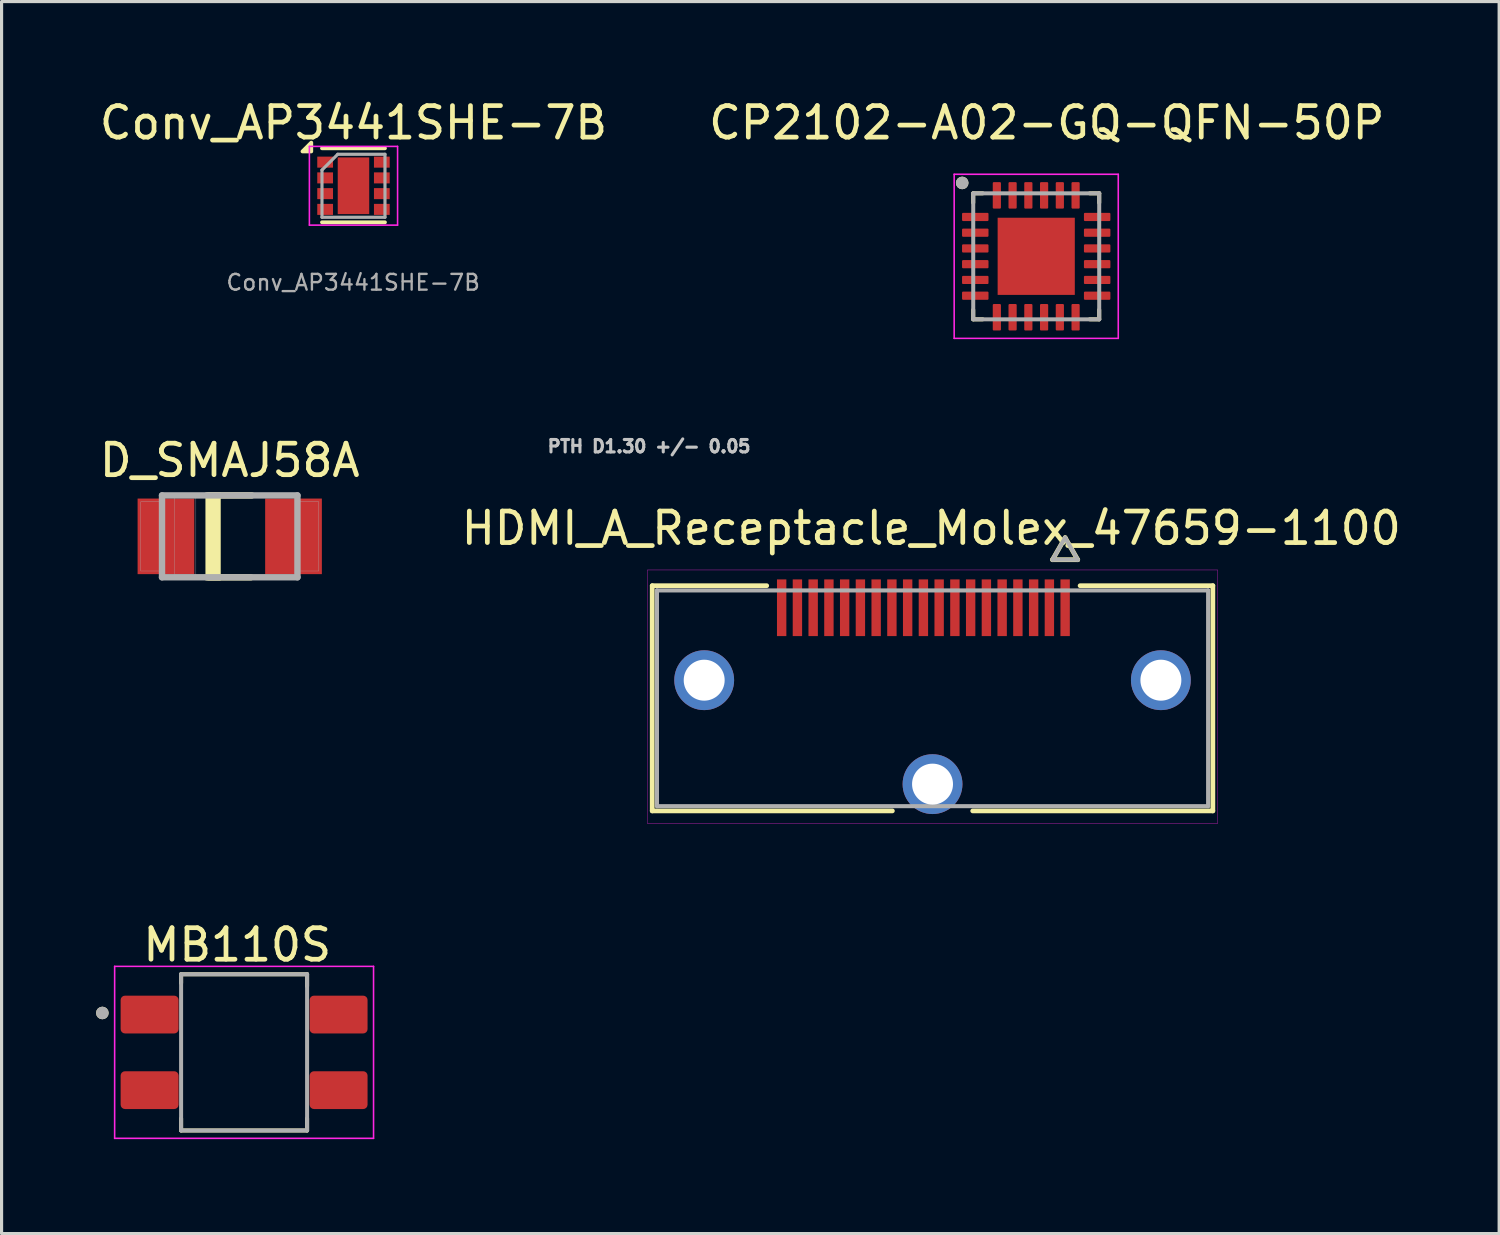
<source format=kicad_pcb>
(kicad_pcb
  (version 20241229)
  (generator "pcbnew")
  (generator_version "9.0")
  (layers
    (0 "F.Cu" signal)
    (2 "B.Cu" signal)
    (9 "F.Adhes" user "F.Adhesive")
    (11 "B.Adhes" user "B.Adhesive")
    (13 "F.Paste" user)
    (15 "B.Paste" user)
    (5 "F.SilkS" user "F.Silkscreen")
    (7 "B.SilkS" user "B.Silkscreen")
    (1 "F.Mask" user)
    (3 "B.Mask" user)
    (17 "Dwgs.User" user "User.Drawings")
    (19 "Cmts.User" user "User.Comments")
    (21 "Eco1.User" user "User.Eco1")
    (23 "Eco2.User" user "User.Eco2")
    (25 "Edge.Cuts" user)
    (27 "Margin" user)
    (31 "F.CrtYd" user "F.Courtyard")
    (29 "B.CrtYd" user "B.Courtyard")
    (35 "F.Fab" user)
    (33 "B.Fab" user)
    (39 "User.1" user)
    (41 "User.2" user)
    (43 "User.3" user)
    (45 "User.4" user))
  (footprint "CP2102-A02-GQ-QFN-50P"
    (layer "F.Cu")
    (at 29.85 5.088)
    (property "Reference" "CP2102-A02-GQ-QFN-50P" (at 0.335 -4.24 0) (layer "F.SilkS") (effects (font (size 1 1) (thickness 0.15))))
    (attr smd)
    (fp_line (start -2 -2) (end -2 -1.7) (stroke (width 0.127) (type solid)) (layer "F.SilkS"))
    (fp_line (start -2 -2) (end -1.7 -2) (stroke (width 0.127) (type solid)) (layer "F.SilkS"))
    (fp_line (start -2 2) (end -2 1.7) (stroke (width 0.127) (type solid)) (layer "F.SilkS"))
    (fp_line (start -2 2) (end -1.7 2) (stroke (width 0.127) (type solid)) (layer "F.SilkS"))
    (fp_line (start 2 -2) (end 1.7 -2) (stroke (width 0.127) (type solid)) (layer "F.SilkS"))
    (fp_line (start 2 -2) (end 2 -1.7) (stroke (width 0.127) (type solid)) (layer "F.SilkS"))
    (fp_line (start 2 2) (end 1.7 2) (stroke (width 0.127) (type solid)) (layer "F.SilkS"))
    (fp_line (start 2 2) (end 2 1.7) (stroke (width 0.127) (type solid)) (layer "F.SilkS"))
    (fp_circle (center -2.35 -2.33) (end -2.25 -2.33) (stroke (width 0.2) (type solid)) (fill no) (layer "F.SilkS"))
    (fp_poly (pts (xy -0.77 -0.77) (xy 0.77 -0.77) (xy 0.77 0.77) (xy -0.77 0.77)) (stroke (width 0.01) (type solid)) (fill yes) (layer "F.Paste"))
    (fp_line (start -2.605 -2.605) (end 2.605 -2.605) (stroke (width 0.05) (type solid)) (layer "F.CrtYd"))
    (fp_line (start -2.605 2.605) (end -2.605 -2.605) (stroke (width 0.05) (type solid)) (layer "F.CrtYd"))
    (fp_line (start -2.605 2.605) (end 2.605 2.605) (stroke (width 0.05) (type solid)) (layer "F.CrtYd"))
    (fp_line (start 2.605 2.605) (end 2.605 -2.605) (stroke (width 0.05) (type solid)) (layer "F.CrtYd"))
    (fp_line (start -2 2) (end -2 -2) (stroke (width 0.127) (type solid)) (layer "F.Fab"))
    (fp_line (start 2 -2) (end -2 -2) (stroke (width 0.127) (type solid)) (layer "F.Fab"))
    (fp_line (start 2 2) (end -2 2) (stroke (width 0.127) (type solid)) (layer "F.Fab"))
    (fp_line (start 2 2) (end 2 -2) (stroke (width 0.127) (type solid)) (layer "F.Fab"))
    (fp_circle (center -2.35 -2.33) (end -2.25 -2.33) (stroke (width 0.2) (type solid)) (fill no) (layer "F.Fab"))
    (pad "1" smd roundrect (at -1.935 -1.25) (size 0.84 0.26) (layers "F.Cu" "F.Mask" "F.Paste") (roundrect_rratio 0.125))
    (pad "2" smd roundrect (at -1.935 -0.75) (size 0.84 0.26) (layers "F.Cu" "F.Mask" "F.Paste") (roundrect_rratio 0.125))
    (pad "3" smd roundrect (at -1.935 -0.25) (size 0.84 0.26) (layers "F.Cu" "F.Mask" "F.Paste") (roundrect_rratio 0.125))
    (pad "4" smd roundrect (at -1.935 0.25) (size 0.84 0.26) (layers "F.Cu" "F.Mask" "F.Paste") (roundrect_rratio 0.125))
    (pad "5" smd roundrect (at -1.935 0.75) (size 0.84 0.26) (layers "F.Cu" "F.Mask" "F.Paste") (roundrect_rratio 0.125))
    (pad "6" smd roundrect (at -1.935 1.25) (size 0.84 0.26) (layers "F.Cu" "F.Mask" "F.Paste") (roundrect_rratio 0.125))
    (pad "7" smd roundrect (at -1.25 1.935) (size 0.26 0.84) (layers "F.Cu" "F.Mask" "F.Paste") (roundrect_rratio 0.125))
    (pad "8" smd roundrect (at -0.75 1.935) (size 0.26 0.84) (layers "F.Cu" "F.Mask" "F.Paste") (roundrect_rratio 0.125))
    (pad "9" smd roundrect (at -0.25 1.935) (size 0.26 0.84) (layers "F.Cu" "F.Mask" "F.Paste") (roundrect_rratio 0.125))
    (pad "10" smd roundrect (at 0.25 1.935) (size 0.26 0.84) (layers "F.Cu" "F.Mask" "F.Paste") (roundrect_rratio 0.125))
    (pad "11" smd roundrect (at 0.75 1.935) (size 0.26 0.84) (layers "F.Cu" "F.Mask" "F.Paste") (roundrect_rratio 0.125))
    (pad "12" smd roundrect (at 1.25 1.935) (size 0.26 0.84) (layers "F.Cu" "F.Mask" "F.Paste") (roundrect_rratio 0.125))
    (pad "13" smd roundrect (at 1.935 1.25) (size 0.84 0.26) (layers "F.Cu" "F.Mask" "F.Paste") (roundrect_rratio 0.125))
    (pad "14" smd roundrect (at 1.935 0.75) (size 0.84 0.26) (layers "F.Cu" "F.Mask" "F.Paste") (roundrect_rratio 0.125))
    (pad "15" smd roundrect (at 1.935 0.25) (size 0.84 0.26) (layers "F.Cu" "F.Mask" "F.Paste") (roundrect_rratio 0.125))
    (pad "16" smd roundrect (at 1.935 -0.25) (size 0.84 0.26) (layers "F.Cu" "F.Mask" "F.Paste") (roundrect_rratio 0.125))
    (pad "17" smd roundrect (at 1.935 -0.75) (size 0.84 0.26) (layers "F.Cu" "F.Mask" "F.Paste") (roundrect_rratio 0.125))
    (pad "18" smd roundrect (at 1.935 -1.25) (size 0.84 0.26) (layers "F.Cu" "F.Mask" "F.Paste") (roundrect_rratio 0.125))
    (pad "19" smd roundrect (at 1.25 -1.935) (size 0.26 0.84) (layers "F.Cu" "F.Mask" "F.Paste") (roundrect_rratio 0.125))
    (pad "20" smd roundrect (at 0.75 -1.935) (size 0.26 0.84) (layers "F.Cu" "F.Mask" "F.Paste") (roundrect_rratio 0.125))
    (pad "21" smd roundrect (at 0.25 -1.935) (size 0.26 0.84) (layers "F.Cu" "F.Mask" "F.Paste") (roundrect_rratio 0.125))
    (pad "22" smd roundrect (at -0.25 -1.935) (size 0.26 0.84) (layers "F.Cu" "F.Mask" "F.Paste") (roundrect_rratio 0.125))
    (pad "23" smd roundrect (at -0.75 -1.935) (size 0.26 0.84) (layers "F.Cu" "F.Mask" "F.Paste") (roundrect_rratio 0.125))
    (pad "24" smd roundrect (at -1.25 -1.935) (size 0.26 0.84) (layers "F.Cu" "F.Mask" "F.Paste") (roundrect_rratio 0.125))
    (pad "25" smd rect (at 0 0) (size 2.45 2.45) (layers "F.Cu" "F.Mask")))
  (footprint "HDMI_A_Receptacle_Molex_47659-1100"
    (layer "F.Cu")
    (at 26.558 19.121)
    (property "Reference" "HDMI_A_Receptacle_Molex_47659-1100" (at -0.04 -5.4 0) (layer "F.SilkS") (effects (font (size 1 1) (thickness 0.15))))
    (attr smd)
    (fp_circle (center -7.25 -0.575) (end -6.743 -0.575) (stroke (width 1.014) (type solid)) (fill no) (layer "B.Mask"))
    (fp_circle (center 0 2.725) (end 0.507 2.725) (stroke (width 1.014) (type solid)) (fill no) (layer "B.Mask"))
    (fp_circle (center 7.25 -0.575) (end 7.757 -0.575) (stroke (width 1.014) (type solid)) (fill no) (layer "B.Mask"))
    (fp_line (start -8.9 -3.575) (end -8.9 3.575) (stroke (width 0.15) (type solid)) (layer "F.SilkS"))
    (fp_line (start -8.9 3.575) (end -1.275 3.575) (stroke (width 0.15) (type solid)) (layer "F.SilkS"))
    (fp_line (start -5.265 -3.575) (end -8.9 -3.575) (stroke (width 0.15) (type solid)) (layer "F.SilkS"))
    (fp_line (start 1.275 3.575) (end 8.9 3.575) (stroke (width 0.15) (type solid)) (layer "F.SilkS"))
    (fp_line (start 3.81 -4.4) (end 4.61 -4.4) (stroke (width 0.15) (type solid)) (layer "F.SilkS"))
    (fp_line (start 4.21 -5.1) (end 3.81 -4.4) (stroke (width 0.15) (type solid)) (layer "F.SilkS"))
    (fp_line (start 4.61 -4.4) (end 4.21 -5.1) (stroke (width 0.15) (type solid)) (layer "F.SilkS"))
    (fp_line (start 8.9 -3.575) (end 4.685 -3.575) (stroke (width 0.15) (type solid)) (layer "F.SilkS"))
    (fp_line (start 8.9 3.575) (end 8.9 -3.575) (stroke (width 0.15) (type solid)) (layer "F.SilkS"))
    (fp_line (start -9.05 -4.075) (end -9.05 3.975) (stroke (width 0.01) (type solid)) (layer "F.CrtYd"))
    (fp_line (start -9.05 3.975) (end 9.05 3.975) (stroke (width 0.01) (type solid)) (layer "F.CrtYd"))
    (fp_line (start 9.05 -4.075) (end -9.05 -4.075) (stroke (width 0.01) (type solid)) (layer "F.CrtYd"))
    (fp_line (start 9.05 3.975) (end 9.05 -4.075) (stroke (width 0.01) (type solid)) (layer "F.CrtYd"))
    (fp_line (start -8.75 -3.425) (end -8.75 3.425) (stroke (width 0.13) (type solid)) (layer "F.Fab"))
    (fp_line (start -8.75 3.425) (end 8.75 3.425) (stroke (width 0.13) (type solid)) (layer "F.Fab"))
    (fp_line (start 3.81 -4.4) (end 4.61 -4.4) (stroke (width 0.13) (type solid)) (layer "F.Fab"))
    (fp_line (start 4.21 -5.1) (end 3.81 -4.4) (stroke (width 0.13) (type solid)) (layer "F.Fab"))
    (fp_line (start 4.61 -4.4) (end 4.21 -5.1) (stroke (width 0.13) (type solid)) (layer "F.Fab"))
    (fp_line (start 8.75 -3.425) (end -8.75 -3.425) (stroke (width 0.13) (type solid)) (layer "F.Fab"))
    (fp_line (start 8.75 3.425) (end 8.75 -3.425) (stroke (width 0.13) (type solid)) (layer "F.Fab"))
    (fp_text user "PTH D1.30 +/- 0.05" (at -9 -8 0) (layer "Dwgs.User") (effects (font (size 0.394 0.394) (thickness 0.15))))
    (pad "1" smd rect (at 4.21 -2.875) (size 0.298 1.8) (layers "F.Cu" "F.Mask" "F.Paste"))
    (pad "2" smd rect (at 3.71 -2.875) (size 0.298 1.8) (layers "F.Cu" "F.Mask" "F.Paste"))
    (pad "3" smd rect (at 3.21 -2.875) (size 0.298 1.8) (layers "F.Cu" "F.Mask" "F.Paste"))
    (pad "4" smd rect (at 2.71 -2.875) (size 0.298 1.8) (layers "F.Cu" "F.Mask" "F.Paste"))
    (pad "5" smd rect (at 2.21 -2.875) (size 0.298 1.8) (layers "F.Cu" "F.Mask" "F.Paste"))
    (pad "6" smd rect (at 1.71 -2.875) (size 0.298 1.8) (layers "F.Cu" "F.Mask" "F.Paste"))
    (pad "7" smd rect (at 1.21 -2.875) (size 0.298 1.8) (layers "F.Cu" "F.Mask" "F.Paste"))
    (pad "8" smd rect (at 0.71 -2.875) (size 0.298 1.8) (layers "F.Cu" "F.Mask" "F.Paste"))
    (pad "9" smd rect (at 0.21 -2.875) (size 0.298 1.8) (layers "F.Cu" "F.Mask" "F.Paste"))
    (pad "10" smd rect (at -0.29 -2.875) (size 0.298 1.8) (layers "F.Cu" "F.Mask" "F.Paste"))
    (pad "11" smd rect (at -0.79 -2.875) (size 0.298 1.8) (layers "F.Cu" "F.Mask" "F.Paste"))
    (pad "12" smd rect (at -1.29 -2.875) (size 0.298 1.8) (layers "F.Cu" "F.Mask" "F.Paste"))
    (pad "13" smd rect (at -1.79 -2.875) (size 0.298 1.8) (layers "F.Cu" "F.Mask" "F.Paste"))
    (pad "14" smd rect (at -2.29 -2.875) (size 0.298 1.8) (layers "F.Cu" "F.Mask" "F.Paste"))
    (pad "15" smd rect (at -2.79 -2.875) (size 0.298 1.8) (layers "F.Cu" "F.Mask" "F.Paste"))
    (pad "16" smd rect (at -3.29 -2.875) (size 0.298 1.8) (layers "F.Cu" "F.Mask" "F.Paste"))
    (pad "17" smd rect (at -3.79 -2.875) (size 0.298 1.8) (layers "F.Cu" "F.Mask" "F.Paste"))
    (pad "18" smd rect (at -4.29 -2.875) (size 0.298 1.8) (layers "F.Cu" "F.Mask" "F.Paste"))
    (pad "19" smd rect (at -4.79 -2.875) (size 0.298 1.8) (layers "F.Cu" "F.Mask" "F.Paste"))
    (pad "SH" thru_hole circle (at -7.25 -0.575) (size 1.9 1.9) (drill 1.3) (layers "*.Cu" "*.Mask"))
    (pad "SH" thru_hole circle (at 0 2.725) (size 1.9 1.9) (drill 1.3) (layers "*.Cu" "*.Mask"))
    (pad "SH" thru_hole circle (at 7.25 -0.575) (size 1.9 1.9) (drill 1.3) (layers "*.Cu" "*.Mask")))
  (footprint "MB110S"
    (layer "F.Cu")
    (at 4.7 30.362)
    (property "Reference" "MB110S" (at -0.218 -3.412 0) (layer "F.SilkS") (effects (font (size 1 1) (thickness 0.15))))
    (attr smd)
    (fp_line (start -2 -2.48) (end 2 -2.48) (stroke (width 0.127) (type solid)) (layer "F.SilkS"))
    (fp_line (start -2 -2.2) (end -2 -2.48) (stroke (width 0.127) (type solid)) (layer "F.SilkS"))
    (fp_line (start -2 2.1) (end -2 2.48) (stroke (width 0.127) (type solid)) (layer "F.SilkS"))
    (fp_line (start -2 2.48) (end 2 2.48) (stroke (width 0.127) (type solid)) (layer "F.SilkS"))
    (fp_line (start 2 -2.48) (end 2 -2.1) (stroke (width 0.127) (type solid)) (layer "F.SilkS"))
    (fp_line (start 2 2.48) (end 2 2.1) (stroke (width 0.127) (type solid)) (layer "F.SilkS"))
    (fp_circle (center -4.5 -1.25) (end -4.4 -1.25) (stroke (width 0.2) (type solid)) (fill no) (layer "F.SilkS"))
    (fp_line (start -4.11 -2.73) (end -4.11 2.73) (stroke (width 0.05) (type solid)) (layer "F.CrtYd"))
    (fp_line (start -4.11 2.73) (end 4.11 2.73) (stroke (width 0.05) (type solid)) (layer "F.CrtYd"))
    (fp_line (start 4.11 -2.73) (end -4.11 -2.73) (stroke (width 0.05) (type solid)) (layer "F.CrtYd"))
    (fp_line (start 4.11 2.73) (end 4.11 -2.73) (stroke (width 0.05) (type solid)) (layer "F.CrtYd"))
    (fp_line (start -2 -2.48) (end 2 -2.48) (stroke (width 0.127) (type solid)) (layer "F.Fab"))
    (fp_line (start -2 2.48) (end -2 -2.48) (stroke (width 0.127) (type solid)) (layer "F.Fab"))
    (fp_line (start 2 -2.48) (end 2 2.48) (stroke (width 0.127) (type solid)) (layer "F.Fab"))
    (fp_line (start 2 2.48) (end -2 2.48) (stroke (width 0.127) (type solid)) (layer "F.Fab"))
    (fp_circle (center -4.5 -1.25) (end -4.4 -1.25) (stroke (width 0.2) (type solid)) (fill no) (layer "F.Fab"))
    (pad "1" smd roundrect (at -3 -1.2) (size 1.84 1.2) (layers "F.Cu" "F.Mask" "F.Paste") (roundrect_rratio 0.115))
    (pad "2" smd roundrect (at -3 1.2) (size 1.84 1.2) (layers "F.Cu" "F.Mask" "F.Paste") (roundrect_rratio 0.115))
    (pad "3" smd roundrect (at 3 1.2) (size 1.84 1.2) (layers "F.Cu" "F.Mask" "F.Paste") (roundrect_rratio 0.115))
    (pad "4" smd roundrect (at 3 -1.2) (size 1.84 1.2) (layers "F.Cu" "F.Mask" "F.Paste") (roundrect_rratio 0.115)))
  (footprint "D_SMAJ58A"
    (layer "F.Cu")
    (at 4.244 13.979)
    (property "Reference" "D_SMAJ58A" (at 0 -2.413 0) (layer "F.SilkS") (effects (font (size 1 1) (thickness 0.15))))
    (attr smd)
    (fp_line (start -0.67 -1.3) (end 0.7 -1.3) (stroke (width 0.203) (type solid)) (layer "F.SilkS"))
    (fp_line (start 0.67 1.3) (end -0.67 1.3) (stroke (width 0.203) (type solid)) (layer "F.SilkS"))
    (fp_poly (pts (xy -0.765 -1.395) (xy -0.29 -1.395) (xy -0.29 1.395) (xy -0.765 1.395)) (stroke (width 0.01) (type solid)) (fill yes) (layer "F.SilkS"))
    (fp_line (start -2.15 -1.3) (end 2.15 -1.3) (stroke (width 0.203) (type solid)) (layer "F.Fab"))
    (fp_line (start -2.15 1.3) (end -2.15 -1.3) (stroke (width 0.203) (type solid)) (layer "F.Fab"))
    (fp_line (start 2.15 -1.3) (end 2.15 1.3) (stroke (width 0.203) (type solid)) (layer "F.Fab"))
    (fp_line (start 2.15 1.3) (end -2.15 1.3) (stroke (width 0.203) (type solid)) (layer "F.Fab"))
    (fp_poly (pts (xy -2.825 -1.1) (xy -2.175 -1.1) (xy -2.175 1.1) (xy -2.825 1.1)) (stroke (width 0.01) (type solid)) (fill no) (layer "F.Fab"))
    (fp_poly (pts (xy -1.75 -1.225) (xy -1.075 -1.225) (xy -1.075 1.225) (xy -1.75 1.225)) (stroke (width 0.01) (type solid)) (fill no) (layer "F.Fab"))
    (fp_poly (pts (xy 2.175 -1.1) (xy 2.825 -1.1) (xy 2.825 1.1) (xy 2.175 1.1)) (stroke (width 0.01) (type solid)) (fill no) (layer "F.Fab"))
    (pad "A" smd rect (at 2.025 0) (size 1.8 2.4) (layers "F.Cu" "F.Mask" "F.Paste"))
    (pad "C" smd rect (at -2.025 0) (size 1.8 2.4) (layers "F.Cu" "F.Mask" "F.Paste")))
  (footprint "Conv_AP3441SHE-7B"
    (layer "F.Cu")
    (at 8.173 2.848)
    (property "Reference" "Conv_AP3441SHE-7B" (at 0 -2 0) (layer "F.SilkS") (effects (font (size 1 1) (thickness 0.15))))
    (attr smd)
    (fp_line (start -1 -1.19) (end 1 -1.19) (stroke (width 0.12) (type solid)) (layer "F.SilkS"))
    (fp_line (start -1 1.16) (end 1 1.16) (stroke (width 0.12) (type solid)) (layer "F.SilkS"))
    (fp_poly (pts (xy -1.34 -1.09) (xy -1.62 -1.09) (xy -1.34 -1.37) (xy -1.34 -1.09)) (stroke (width 0.12) (type solid)) (fill yes) (layer "F.SilkS"))
    (fp_line (start -1.4 -1.25) (end -1.4 1.25) (stroke (width 0.05) (type solid)) (layer "F.CrtYd"))
    (fp_line (start -1.4 -1.25) (end 1.4 -1.25) (stroke (width 0.05) (type solid)) (layer "F.CrtYd"))
    (fp_line (start -1.4 1.25) (end 1.4 1.25) (stroke (width 0.05) (type solid)) (layer "F.CrtYd"))
    (fp_line (start 1.4 -1.25) (end 1.4 1.25) (stroke (width 0.05) (type solid)) (layer "F.CrtYd"))
    (fp_line (start -1 -0.5) (end -0.5 -1) (stroke (width 0.1) (type solid)) (layer "F.Fab"))
    (fp_line (start -1 1) (end -1 -0.5) (stroke (width 0.1) (type solid)) (layer "F.Fab"))
    (fp_line (start -0.5 -1) (end 1 -1) (stroke (width 0.1) (type solid)) (layer "F.Fab"))
    (fp_line (start 1 -1) (end 1 1) (stroke (width 0.1) (type solid)) (layer "F.Fab"))
    (fp_line (start 1 1) (end -1 1) (stroke (width 0.1) (type solid)) (layer "F.Fab"))
    (fp_text user "${REFERENCE}" (at -0.01 3.07 0) (layer "F.Fab") (effects (font (size 0.5 0.5) (thickness 0.075))))
    (pad "" smd rect (at 0 -0.438) (size 0.85 0.65) (layers "F.Paste"))
    (pad "" smd rect (at 0 0.438) (size 0.85 0.65) (layers "F.Paste"))
    (pad "1" smd rect (at -0.9 -0.75) (size 0.5 0.35) (layers "F.Cu" "F.Mask" "F.Paste"))
    (pad "2" smd rect (at -0.9 -0.25) (size 0.5 0.35) (layers "F.Cu" "F.Mask" "F.Paste"))
    (pad "3" smd rect (at -0.9 0.25) (size 0.5 0.35) (layers "F.Cu" "F.Mask" "F.Paste"))
    (pad "4" smd rect (at -0.9 0.75) (size 0.5 0.35) (layers "F.Cu" "F.Mask" "F.Paste"))
    (pad "5" smd rect (at 0.9 0.75) (size 0.5 0.35) (layers "F.Cu" "F.Mask" "F.Paste"))
    (pad "6" smd rect (at 0.9 0.25) (size 0.5 0.35) (layers "F.Cu" "F.Mask" "F.Paste"))
    (pad "7" smd rect (at 0.9 -0.25) (size 0.5 0.35) (layers "F.Cu" "F.Mask" "F.Paste"))
    (pad "8" smd rect (at 0.9 -0.75) (size 0.5 0.35) (layers "F.Cu" "F.Mask" "F.Paste"))
    (pad "9" smd rect (at 0 0) (size 1 1.8) (layers "F.Cu" "F.Mask")))
  (gr_rect
    (start -3 -3)
    (end 44.548 36.117)
    (stroke (width 0.1) (type default))
    (fill no)
    (layer "Edge.Cuts")))
</source>
